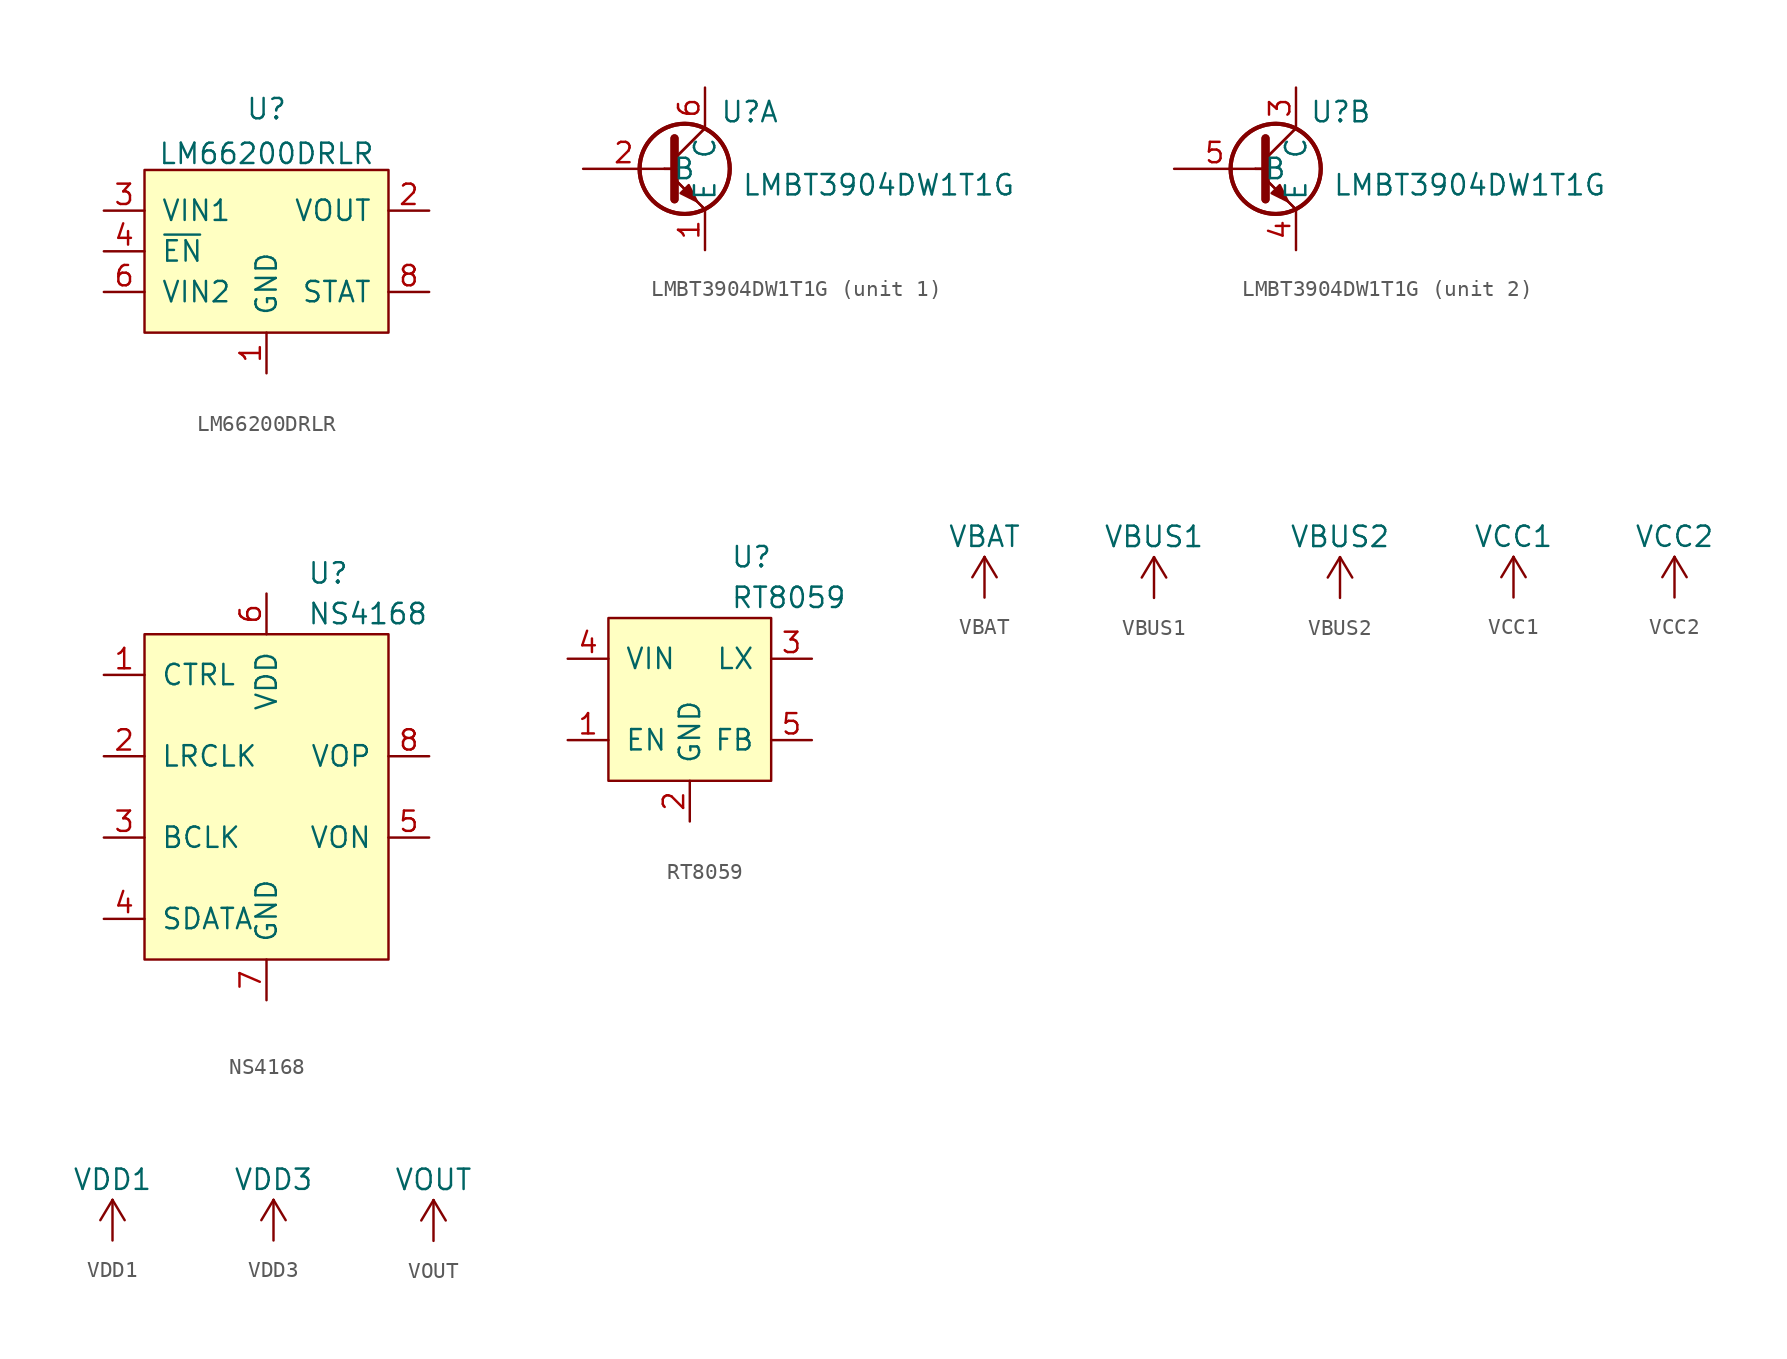
<source format=kicad_sym>
(kicad_symbol_lib
  (version 20231120)
  (generator "kicad_symbol_editor")
  (generator_version "8.0")
  (symbol "LM66200DRLR"
    (pin_names
      (offset 1.016))
    (property "Reference" "U"
      (at 0 8.89 0)
      (effects (font (size 1.27 1.27))))
    (property "Value" "LM66200DRLR"
      (at 0 6.096 0)
      (effects (font (size 1.27 1.27))))
    (symbol "LM66200DRLR_0_1"
      (rectangle (start -7.62 5.08) (end 7.62 -5.08) (stroke (width 0) (type default)) (fill (type background))))
    (symbol "LM66200DRLR_1_1"
      (pin power_in line (at 0 -7.62 90) (length 2.54) (name "GND" (effects (font (size 1.27 1.27)))) (number "1" (effects (font (size 1.27 1.27)))))
      (pin power_out line (at 10.16 2.54 180) (length 2.54) (name "VOUT" (effects (font (size 1.27 1.27)))) (number "2" (effects (font (size 1.27 1.27)))))
      (pin power_in line (at -10.16 2.54 0) (length 2.54) (name "VIN1" (effects (font (size 1.27 1.27)))) (number "3" (effects (font (size 1.27 1.27)))))
      (pin input line (at -10.16 0 0) (length 2.54) (name "~{EN}" (effects (font (size 1.27 1.27)))) (number "4" (effects (font (size 1.27 1.27)))))
      (pin power_in line (at 0 -7.62 90) (length 2.54) hide (name "GND" (effects (font (size 1.27 1.27)))) (number "5" (effects (font (size 1.27 1.27)))))
      (pin power_in line (at -10.16 -2.54 0) (length 2.54) (name "VIN2" (effects (font (size 1.27 1.27)))) (number "6" (effects (font (size 1.27 1.27)))))
      (pin power_out line (at 10.16 2.54 180) (length 2.54) hide (name "VOUT" (effects (font (size 1.27 1.27)))) (number "7" (effects (font (size 1.27 1.27)))))
      (pin output line (at 10.16 -2.54 180) (length 2.54) (name "STAT" (effects (font (size 1.27 1.27)))) (number "8" (effects (font (size 1.27 1.27)))))))
  (symbol "LMBT3904DW1T1G"
    (property "Reference" "U"
      (at 5.334 3.556 0)
      (effects (font (size 1.27 1.27))))
    (property "Value" "LMBT3904DW1T1G"
      (at 4.826 -1.016 0)
      (effects (font (size 1.27 1.27)) (justify left)))
    (symbol "LMBT3904DW1T1G_0_1"
      (polyline (pts (xy 0 0) (xy 0.635 0)) (stroke (width 0) (type default)) (fill (type none)))
      (polyline (pts (xy 0 0) (xy 0.635 0)) (stroke (width 0) (type default)) (fill (type none)))
      (polyline (pts (xy 2.54 -2.54) (xy 0.635 -0.635)) (stroke (width 0) (type default)) (fill (type none)))
      (polyline (pts (xy 2.54 -2.54) (xy 0.635 -0.635)) (stroke (width 0) (type default)) (fill (type none)))
      (polyline (pts (xy 2.54 2.54) (xy 0.635 0.635)) (stroke (width 0) (type default)) (fill (type none)))
      (polyline (pts (xy 2.54 2.54) (xy 0.635 0.635)) (stroke (width 0) (type default)) (fill (type none)))
      (polyline (pts (xy 0.635 1.905) (xy 0.635 -1.905) (xy 0.635 -1.905)) (stroke (width 0.508) (type default)) (fill (type outline)))
      (polyline (pts (xy 0.635 1.905) (xy 0.635 -1.905) (xy 0.635 -1.905)) (stroke (width 0.508) (type default)) (fill (type outline)))
      (polyline (pts (xy 1.524 -1.016) (xy 1.016 -1.524) (xy 2.032 -2.032) (xy 1.524 -1.016) (xy 1.524 -1.016)) (stroke (width 0) (type default)) (fill (type outline)))
      (circle (center 1.27 0) (radius 2.819) (stroke (width 0.254) (type default)) (fill (type none)))
      (circle (center 1.27 0) (radius 2.819) (stroke (width 0.254) (type default)) (fill (type none))))
    (symbol "LMBT3904DW1T1G_1_1"
      (pin passive line (at 2.54 -5.08 90) (length 2.54) (name "E" (effects (font (size 1.27 1.27)))) (number "1" (effects (font (size 1.27 1.27)))))
      (pin input line (at -5.08 0 0) (length 5.08) (name "B" (effects (font (size 1.27 1.27)))) (number "2" (effects (font (size 1.27 1.27)))))
      (pin passive line (at 2.54 5.08 270) (length 2.54) (name "C" (effects (font (size 1.27 1.27)))) (number "6" (effects (font (size 1.27 1.27))))))
    (symbol "LMBT3904DW1T1G_2_1"
      (pin passive line (at 2.54 5.08 270) (length 2.54) (name "C" (effects (font (size 1.27 1.27)))) (number "3" (effects (font (size 1.27 1.27)))))
      (pin passive line (at 2.54 -5.08 90) (length 2.54) (name "E" (effects (font (size 1.27 1.27)))) (number "4" (effects (font (size 1.27 1.27)))))
      (pin input line (at -5.08 0 0) (length 5.08) (name "B" (effects (font (size 1.27 1.27)))) (number "5" (effects (font (size 1.27 1.27)))))))
  (symbol "NS4168"
    (pin_names
      (offset 1.016))
    (property "Reference" "U"
      (at 2.54 13.97 0)
      (effects (font (size 1.27 1.27)) (justify left)))
    (property "Value" "NS4168"
      (at 2.54 11.43 0)
      (effects (font (size 1.27 1.27)) (justify left)))
    (symbol "NS4168_0_1"
      (rectangle (start -7.62 10.16) (end 7.62 -10.16) (stroke (width 0) (type default)) (fill (type background))))
    (symbol "NS4168_1_1"
      (pin input line (at -10.16 7.62 0) (length 2.54) (name "CTRL" (effects (font (size 1.27 1.27)))) (number "1" (effects (font (size 1.27 1.27)))))
      (pin input line (at -10.16 2.54 0) (length 2.54) (name "LRCLK" (effects (font (size 1.27 1.27)))) (number "2" (effects (font (size 1.27 1.27)))))
      (pin input line (at -10.16 -2.54 0) (length 2.54) (name "BCLK" (effects (font (size 1.27 1.27)))) (number "3" (effects (font (size 1.27 1.27)))))
      (pin input line (at -10.16 -7.62 0) (length 2.54) (name "SDATA" (effects (font (size 1.27 1.27)))) (number "4" (effects (font (size 1.27 1.27)))))
      (pin output line (at 10.16 -2.54 180) (length 2.54) (name "VON" (effects (font (size 1.27 1.27)))) (number "5" (effects (font (size 1.27 1.27)))))
      (pin power_in line (at 0 12.7 270) (length 2.54) (name "VDD" (effects (font (size 1.27 1.27)))) (number "6" (effects (font (size 1.27 1.27)))))
      (pin power_in line (at 0 -12.7 90) (length 2.54) (name "GND" (effects (font (size 1.27 1.27)))) (number "7" (effects (font (size 1.27 1.27)))))
      (pin output line (at 10.16 2.54 180) (length 2.54) (name "VOP" (effects (font (size 1.27 1.27)))) (number "8" (effects (font (size 1.27 1.27)))))))
  (symbol "RT8059"
    (pin_names
      (offset 1.016))
    (property "Reference" "U"
      (at 2.54 8.89 0)
      (effects (font (size 1.27 1.27)) (justify left)))
    (property "Value" "RT8059"
      (at 2.54 6.35 0)
      (effects (font (size 1.27 1.27)) (justify left)))
    (symbol "RT8059_0_1"
      (rectangle (start -5.08 5.08) (end 5.08 -5.08) (stroke (width 0) (type default)) (fill (type background))))
    (symbol "RT8059_1_1"
      (pin input line (at -7.62 -2.54 0) (length 2.54) (name "EN" (effects (font (size 1.27 1.27)))) (number "1" (effects (font (size 1.27 1.27)))))
      (pin power_in line (at 0 -7.62 90) (length 2.54) (name "GND" (effects (font (size 1.27 1.27)))) (number "2" (effects (font (size 1.27 1.27)))))
      (pin power_out line (at 7.62 2.54 180) (length 2.54) (name "LX" (effects (font (size 1.27 1.27)))) (number "3" (effects (font (size 1.27 1.27)))))
      (pin power_in line (at -7.62 2.54 0) (length 2.54) (name "VIN" (effects (font (size 1.27 1.27)))) (number "4" (effects (font (size 1.27 1.27)))))
      (pin input line (at 7.62 -2.54 180) (length 2.54) (name "FB" (effects (font (size 1.27 1.27)))) (number "5" (effects (font (size 1.27 1.27)))))))
  (symbol "VBAT"
    (power)
    (pin_names
      (offset 0))
    (property "Reference" "#PWR"
      (at 0 -3.81 0)
      (effects (font (size 1.27 1.27)) (hide yes)))
    (property "Value" "VBAT"
      (at 0 3.81 0)
      (effects (font (size 1.27 1.27))))
    (symbol "VBAT_0_1"
      (polyline (pts (xy -0.762 1.27) (xy 0 2.54)) (stroke (width 0) (type default)) (fill (type none)))
      (polyline (pts (xy 0 0) (xy 0 2.54)) (stroke (width 0) (type default)) (fill (type none)))
      (polyline (pts (xy 0 2.54) (xy 0.762 1.27)) (stroke (width 0) (type default)) (fill (type none))))
    (symbol "VBAT_1_1"
      (pin power_in line (at 0 0 90) (length 0) hide (name "VBAT" (effects (font (size 1.27 1.27)))) (number "1" (effects (font (size 1.27 1.27)))))))
  (symbol "VBUS1"
    (power)
    (pin_names
      (offset 0))
    (property "Reference" "#PWR"
      (at 0 -3.81 0)
      (effects (font (size 1.27 1.27)) (hide yes)))
    (property "Value" "VBUS1"
      (at 0 3.81 0)
      (effects (font (size 1.27 1.27))))
    (symbol "VBUS1_0_1"
      (polyline (pts (xy -0.762 1.27) (xy 0 2.54)) (stroke (width 0) (type default)) (fill (type none)))
      (polyline (pts (xy 0 0) (xy 0 2.54)) (stroke (width 0) (type default)) (fill (type none)))
      (polyline (pts (xy 0 2.54) (xy 0.762 1.27)) (stroke (width 0) (type default)) (fill (type none))))
    (symbol "VBUS1_1_1"
      (pin power_in line (at 0 0 90) (length 0) hide (name "VBUS1" (effects (font (size 1.27 1.27)))) (number "1" (effects (font (size 1.27 1.27)))))))
  (symbol "VBUS2"
    (power)
    (pin_names
      (offset 0))
    (property "Reference" "#PWR"
      (at 0 -3.81 0)
      (effects (font (size 1.27 1.27)) (hide yes)))
    (property "Value" "VBUS2"
      (at 0 3.81 0)
      (effects (font (size 1.27 1.27))))
    (symbol "VBUS2_0_1"
      (polyline (pts (xy -0.762 1.27) (xy 0 2.54)) (stroke (width 0) (type default)) (fill (type none)))
      (polyline (pts (xy 0 0) (xy 0 2.54)) (stroke (width 0) (type default)) (fill (type none)))
      (polyline (pts (xy 0 2.54) (xy 0.762 1.27)) (stroke (width 0) (type default)) (fill (type none))))
    (symbol "VBUS2_1_1"
      (pin power_in line (at 0 0 90) (length 0) hide (name "VBUS2" (effects (font (size 1.27 1.27)))) (number "1" (effects (font (size 1.27 1.27)))))))
  (symbol "VCC1"
    (power)
    (pin_names
      (offset 0))
    (property "Reference" "#PWR"
      (at 0 -3.81 0)
      (effects (font (size 1.27 1.27)) (hide yes)))
    (property "Value" "VCC1"
      (at 0 3.81 0)
      (effects (font (size 1.27 1.27))))
    (symbol "VCC1_0_1"
      (polyline (pts (xy -0.762 1.27) (xy 0 2.54)) (stroke (width 0) (type default)) (fill (type none)))
      (polyline (pts (xy 0 0) (xy 0 2.54)) (stroke (width 0) (type default)) (fill (type none)))
      (polyline (pts (xy 0 2.54) (xy 0.762 1.27)) (stroke (width 0) (type default)) (fill (type none))))
    (symbol "VCC1_1_1"
      (pin power_in line (at 0 0 90) (length 0) hide (name "VCC1" (effects (font (size 1.27 1.27)))) (number "1" (effects (font (size 1.27 1.27)))))))
  (symbol "VCC2"
    (power)
    (pin_names
      (offset 0))
    (property "Reference" "#PWR"
      (at 0 -3.81 0)
      (effects (font (size 1.27 1.27)) (hide yes)))
    (property "Value" "VCC2"
      (at 0 3.81 0)
      (effects (font (size 1.27 1.27))))
    (symbol "VCC2_0_1"
      (polyline (pts (xy -0.762 1.27) (xy 0 2.54)) (stroke (width 0) (type default)) (fill (type none)))
      (polyline (pts (xy 0 0) (xy 0 2.54)) (stroke (width 0) (type default)) (fill (type none)))
      (polyline (pts (xy 0 2.54) (xy 0.762 1.27)) (stroke (width 0) (type default)) (fill (type none))))
    (symbol "VCC2_1_1"
      (pin power_in line (at 0 0 90) (length 0) hide (name "VCC2" (effects (font (size 1.27 1.27)))) (number "1" (effects (font (size 1.27 1.27)))))))
  (symbol "VDD1"
    (power)
    (pin_names
      (offset 0))
    (property "Reference" "#PWR"
      (at 0 -3.81 0)
      (effects (font (size 1.27 1.27)) (hide yes)))
    (property "Value" "VDD1"
      (at 0 3.81 0)
      (effects (font (size 1.27 1.27))))
    (symbol "VDD1_0_1"
      (polyline (pts (xy -0.762 1.27) (xy 0 2.54)) (stroke (width 0) (type default)) (fill (type none)))
      (polyline (pts (xy 0 0) (xy 0 2.54)) (stroke (width 0) (type default)) (fill (type none)))
      (polyline (pts (xy 0 2.54) (xy 0.762 1.27)) (stroke (width 0) (type default)) (fill (type none))))
    (symbol "VDD1_1_1"
      (pin power_in line (at 0 0 90) (length 0) hide (name "VDD1" (effects (font (size 1.27 1.27)))) (number "1" (effects (font (size 1.27 1.27)))))))
  (symbol "VDD3"
    (power)
    (pin_names
      (offset 0))
    (property "Reference" "#PWR"
      (at 0 -3.81 0)
      (effects (font (size 1.27 1.27)) (hide yes)))
    (property "Value" "VDD3"
      (at 0 3.81 0)
      (effects (font (size 1.27 1.27))))
    (symbol "VDD3_0_1"
      (polyline (pts (xy -0.762 1.27) (xy 0 2.54)) (stroke (width 0) (type default)) (fill (type none)))
      (polyline (pts (xy 0 0) (xy 0 2.54)) (stroke (width 0) (type default)) (fill (type none)))
      (polyline (pts (xy 0 2.54) (xy 0.762 1.27)) (stroke (width 0) (type default)) (fill (type none))))
    (symbol "VDD3_1_1"
      (pin power_in line (at 0 0 90) (length 0) hide (name "VDD3" (effects (font (size 1.27 1.27)))) (number "1" (effects (font (size 1.27 1.27)))))))
  (symbol "VOUT"
    (power)
    (pin_names
      (offset 0))
    (property "Reference" "#PWR"
      (at 0 -3.81 0)
      (effects (font (size 1.27 1.27)) (hide yes)))
    (property "Value" "VOUT"
      (at 0 3.81 0)
      (effects (font (size 1.27 1.27))))
    (symbol "VOUT_0_1"
      (polyline (pts (xy -0.762 1.27) (xy 0 2.54)) (stroke (width 0) (type default)) (fill (type none)))
      (polyline (pts (xy 0 0) (xy 0 2.54)) (stroke (width 0) (type default)) (fill (type none)))
      (polyline (pts (xy 0 2.54) (xy 0.762 1.27)) (stroke (width 0) (type default)) (fill (type none))))
    (symbol "VOUT_1_1"
      (pin power_in line (at 0 0 90) (length 0) hide (name "VOUT" (effects (font (size 1.27 1.27)))) (number "1" (effects (font (size 1.27 1.27))))))))
</source>
